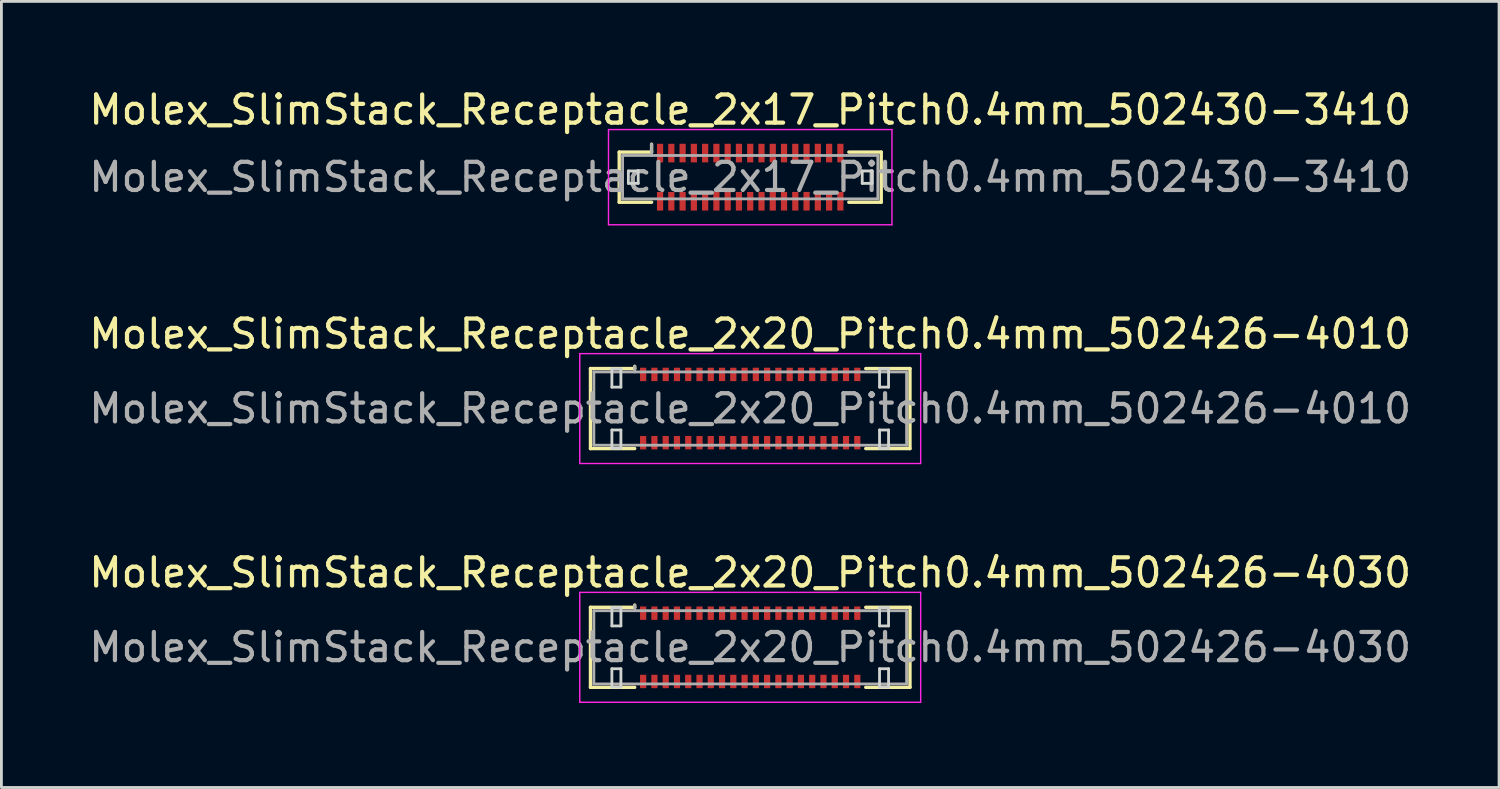
<source format=kicad_pcb>
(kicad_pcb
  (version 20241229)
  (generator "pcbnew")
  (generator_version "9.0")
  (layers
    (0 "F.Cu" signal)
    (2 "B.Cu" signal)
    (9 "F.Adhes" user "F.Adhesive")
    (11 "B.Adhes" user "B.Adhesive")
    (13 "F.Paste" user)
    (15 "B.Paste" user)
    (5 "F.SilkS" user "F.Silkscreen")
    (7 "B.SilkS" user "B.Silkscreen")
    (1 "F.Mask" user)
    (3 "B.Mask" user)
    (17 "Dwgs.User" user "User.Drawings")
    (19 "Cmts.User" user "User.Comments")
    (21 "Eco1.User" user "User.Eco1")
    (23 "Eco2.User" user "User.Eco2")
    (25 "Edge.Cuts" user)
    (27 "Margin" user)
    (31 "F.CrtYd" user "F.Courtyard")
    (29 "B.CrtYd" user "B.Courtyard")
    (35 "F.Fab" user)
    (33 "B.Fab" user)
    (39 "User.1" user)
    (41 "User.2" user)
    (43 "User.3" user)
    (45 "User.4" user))
  (footprint "Molex_SlimStack_Receptacle_2x20_Pitch0.4mm_502426-4030"
    (layer "F.Cu")
    (at 23.577 19.925)
    (property "Reference" "Molex_SlimStack_Receptacle_2x20_Pitch0.4mm_502426-4030" (at 0 -2.65 0) (layer "F.SilkS") (effects (font (size 1 1) (thickness 0.15))))
    (attr smd)
    (fp_line (start -5.67 -1.42) (end -4.1 -1.42) (stroke (width 0.12) (type solid)) (layer "F.SilkS"))
    (fp_line (start -5.67 1.42) (end -5.67 -1.42) (stroke (width 0.12) (type solid)) (layer "F.SilkS"))
    (fp_line (start -4.1 -1.42) (end -4.1 -1.5) (stroke (width 0.12) (type solid)) (layer "F.SilkS"))
    (fp_line (start -4.1 1.42) (end -5.67 1.42) (stroke (width 0.12) (type solid)) (layer "F.SilkS"))
    (fp_line (start 4.1 1.42) (end 5.67 1.42) (stroke (width 0.12) (type solid)) (layer "F.SilkS"))
    (fp_line (start 5.67 -1.42) (end 4.1 -1.42) (stroke (width 0.12) (type solid)) (layer "F.SilkS"))
    (fp_line (start 5.67 1.42) (end 5.67 -1.42) (stroke (width 0.12) (type solid)) (layer "F.SilkS"))
    (fp_line (start -4.91 -1.41) (end -4.91 -0.76) (stroke (width 0.1) (type solid)) (layer "Edge.Cuts"))
    (fp_line (start -4.91 -0.76) (end -4.59 -0.76) (stroke (width 0.1) (type solid)) (layer "Edge.Cuts"))
    (fp_line (start -4.91 0.76) (end -4.91 1.41) (stroke (width 0.1) (type solid)) (layer "Edge.Cuts"))
    (fp_line (start -4.91 1.41) (end -4.59 1.41) (stroke (width 0.1) (type solid)) (layer "Edge.Cuts"))
    (fp_line (start -4.59 -1.41) (end -4.91 -1.41) (stroke (width 0.1) (type solid)) (layer "Edge.Cuts"))
    (fp_line (start -4.59 -0.76) (end -4.59 -1.41) (stroke (width 0.1) (type solid)) (layer "Edge.Cuts"))
    (fp_line (start -4.59 0.76) (end -4.91 0.76) (stroke (width 0.1) (type solid)) (layer "Edge.Cuts"))
    (fp_line (start -4.59 1.41) (end -4.59 0.76) (stroke (width 0.1) (type solid)) (layer "Edge.Cuts"))
    (fp_line (start 4.59 -1.41) (end 4.59 -0.76) (stroke (width 0.1) (type solid)) (layer "Edge.Cuts"))
    (fp_line (start 4.59 -0.76) (end 4.91 -0.76) (stroke (width 0.1) (type solid)) (layer "Edge.Cuts"))
    (fp_line (start 4.59 0.76) (end 4.59 1.41) (stroke (width 0.1) (type solid)) (layer "Edge.Cuts"))
    (fp_line (start 4.59 1.41) (end 4.91 1.41) (stroke (width 0.1) (type solid)) (layer "Edge.Cuts"))
    (fp_line (start 4.91 -1.41) (end 4.59 -1.41) (stroke (width 0.1) (type solid)) (layer "Edge.Cuts"))
    (fp_line (start 4.91 -0.76) (end 4.91 -1.41) (stroke (width 0.1) (type solid)) (layer "Edge.Cuts"))
    (fp_line (start 4.91 0.76) (end 4.59 0.76) (stroke (width 0.1) (type solid)) (layer "Edge.Cuts"))
    (fp_line (start 4.91 1.41) (end 4.91 0.76) (stroke (width 0.1) (type solid)) (layer "Edge.Cuts"))
    (fp_line (start -6.05 -1.95) (end -6.05 1.95) (stroke (width 0.05) (type solid)) (layer "F.CrtYd"))
    (fp_line (start -6.05 1.95) (end 6.05 1.95) (stroke (width 0.05) (type solid)) (layer "F.CrtYd"))
    (fp_line (start 6.05 -1.95) (end -6.05 -1.95) (stroke (width 0.05) (type solid)) (layer "F.CrtYd"))
    (fp_line (start 6.05 1.95) (end 6.05 -1.95) (stroke (width 0.05) (type solid)) (layer "F.CrtYd"))
    (fp_line (start -5.55 -1.3) (end -5.55 1.3) (stroke (width 0.1) (type solid)) (layer "F.Fab"))
    (fp_line (start -5.55 1.3) (end 5.55 1.3) (stroke (width 0.1) (type solid)) (layer "F.Fab"))
    (fp_line (start -4.1 -1.3) (end -4.1 -1.5) (stroke (width 0.1) (type solid)) (layer "F.Fab"))
    (fp_line (start 5.55 -1.3) (end -5.55 -1.3) (stroke (width 0.1) (type solid)) (layer "F.Fab"))
    (fp_line (start 5.55 1.3) (end 5.55 -1.3) (stroke (width 0.1) (type solid)) (layer "F.Fab"))
    (fp_text user "${REFERENCE}" (at 0 0 0) (layer "F.Fab") (effects (font (size 1 1) (thickness 0.15))))
    (pad "1" smd rect (at -3.8 -1.212) (size 0.22 0.475) (layers "F.Cu" "F.Mask" "F.Paste"))
    (pad "2" smd rect (at -3.8 1.212) (size 0.22 0.475) (layers "F.Cu" "F.Mask" "F.Paste"))
    (pad "3" smd rect (at -3.4 -1.212) (size 0.22 0.475) (layers "F.Cu" "F.Mask" "F.Paste"))
    (pad "4" smd rect (at -3.4 1.212) (size 0.22 0.475) (layers "F.Cu" "F.Mask" "F.Paste"))
    (pad "5" smd rect (at -3 -1.212) (size 0.22 0.475) (layers "F.Cu" "F.Mask" "F.Paste"))
    (pad "6" smd rect (at -3 1.212) (size 0.22 0.475) (layers "F.Cu" "F.Mask" "F.Paste"))
    (pad "7" smd rect (at -2.6 -1.212) (size 0.22 0.475) (layers "F.Cu" "F.Mask" "F.Paste"))
    (pad "8" smd rect (at -2.6 1.212) (size 0.22 0.475) (layers "F.Cu" "F.Mask" "F.Paste"))
    (pad "9" smd rect (at -2.2 -1.212) (size 0.22 0.475) (layers "F.Cu" "F.Mask" "F.Paste"))
    (pad "10" smd rect (at -2.2 1.212) (size 0.22 0.475) (layers "F.Cu" "F.Mask" "F.Paste"))
    (pad "11" smd rect (at -1.8 -1.212) (size 0.22 0.475) (layers "F.Cu" "F.Mask" "F.Paste"))
    (pad "12" smd rect (at -1.8 1.212) (size 0.22 0.475) (layers "F.Cu" "F.Mask" "F.Paste"))
    (pad "13" smd rect (at -1.4 -1.212) (size 0.22 0.475) (layers "F.Cu" "F.Mask" "F.Paste"))
    (pad "14" smd rect (at -1.4 1.212) (size 0.22 0.475) (layers "F.Cu" "F.Mask" "F.Paste"))
    (pad "15" smd rect (at -1 -1.212) (size 0.22 0.475) (layers "F.Cu" "F.Mask" "F.Paste"))
    (pad "16" smd rect (at -1 1.212) (size 0.22 0.475) (layers "F.Cu" "F.Mask" "F.Paste"))
    (pad "17" smd rect (at -0.6 -1.212) (size 0.22 0.475) (layers "F.Cu" "F.Mask" "F.Paste"))
    (pad "18" smd rect (at -0.6 1.212) (size 0.22 0.475) (layers "F.Cu" "F.Mask" "F.Paste"))
    (pad "19" smd rect (at -0.2 -1.212) (size 0.22 0.475) (layers "F.Cu" "F.Mask" "F.Paste"))
    (pad "20" smd rect (at -0.2 1.212) (size 0.22 0.475) (layers "F.Cu" "F.Mask" "F.Paste"))
    (pad "21" smd rect (at 0.2 -1.212) (size 0.22 0.475) (layers "F.Cu" "F.Mask" "F.Paste"))
    (pad "22" smd rect (at 0.2 1.212) (size 0.22 0.475) (layers "F.Cu" "F.Mask" "F.Paste"))
    (pad "23" smd rect (at 0.6 -1.212) (size 0.22 0.475) (layers "F.Cu" "F.Mask" "F.Paste"))
    (pad "24" smd rect (at 0.6 1.212) (size 0.22 0.475) (layers "F.Cu" "F.Mask" "F.Paste"))
    (pad "25" smd rect (at 1 -1.212) (size 0.22 0.475) (layers "F.Cu" "F.Mask" "F.Paste"))
    (pad "26" smd rect (at 1 1.212) (size 0.22 0.475) (layers "F.Cu" "F.Mask" "F.Paste"))
    (pad "27" smd rect (at 1.4 -1.212) (size 0.22 0.475) (layers "F.Cu" "F.Mask" "F.Paste"))
    (pad "28" smd rect (at 1.4 1.212) (size 0.22 0.475) (layers "F.Cu" "F.Mask" "F.Paste"))
    (pad "29" smd rect (at 1.8 -1.212) (size 0.22 0.475) (layers "F.Cu" "F.Mask" "F.Paste"))
    (pad "30" smd rect (at 1.8 1.212) (size 0.22 0.475) (layers "F.Cu" "F.Mask" "F.Paste"))
    (pad "31" smd rect (at 2.2 -1.212) (size 0.22 0.475) (layers "F.Cu" "F.Mask" "F.Paste"))
    (pad "32" smd rect (at 2.2 1.212) (size 0.22 0.475) (layers "F.Cu" "F.Mask" "F.Paste"))
    (pad "33" smd rect (at 2.6 -1.212) (size 0.22 0.475) (layers "F.Cu" "F.Mask" "F.Paste"))
    (pad "34" smd rect (at 2.6 1.212) (size 0.22 0.475) (layers "F.Cu" "F.Mask" "F.Paste"))
    (pad "35" smd rect (at 3 -1.212) (size 0.22 0.475) (layers "F.Cu" "F.Mask" "F.Paste"))
    (pad "36" smd rect (at 3 1.212) (size 0.22 0.475) (layers "F.Cu" "F.Mask" "F.Paste"))
    (pad "37" smd rect (at 3.4 -1.212) (size 0.22 0.475) (layers "F.Cu" "F.Mask" "F.Paste"))
    (pad "38" smd rect (at 3.4 1.212) (size 0.22 0.475) (layers "F.Cu" "F.Mask" "F.Paste"))
    (pad "39" smd rect (at 3.8 -1.212) (size 0.22 0.475) (layers "F.Cu" "F.Mask" "F.Paste"))
    (pad "40" smd rect (at 3.8 1.212) (size 0.22 0.475) (layers "F.Cu" "F.Mask" "F.Paste")))
  (footprint "Molex_SlimStack_Receptacle_2x17_Pitch0.4mm_502430-3410"
    (layer "F.Cu")
    (at 23.577 3.238)
    (property "Reference" "Molex_SlimStack_Receptacle_2x17_Pitch0.4mm_502430-3410" (at 0 -2.39 0) (layer "F.SilkS") (effects (font (size 1 1) (thickness 0.15))))
    (attr smd)
    (fp_line (start -4.65 -0.89) (end -3.5 -0.89) (stroke (width 0.12) (type solid)) (layer "F.SilkS"))
    (fp_line (start -4.65 0.89) (end -4.65 -0.89) (stroke (width 0.12) (type solid)) (layer "F.SilkS"))
    (fp_line (start -3.5 -0.89) (end -3.5 -1.17) (stroke (width 0.12) (type solid)) (layer "F.SilkS"))
    (fp_line (start -3.5 0.89) (end -4.65 0.89) (stroke (width 0.12) (type solid)) (layer "F.SilkS"))
    (fp_line (start 3.5 0.89) (end 4.65 0.89) (stroke (width 0.12) (type solid)) (layer "F.SilkS"))
    (fp_line (start 4.65 -0.89) (end 3.5 -0.89) (stroke (width 0.12) (type solid)) (layer "F.SilkS"))
    (fp_line (start 4.65 0.89) (end 4.65 -0.89) (stroke (width 0.12) (type solid)) (layer "F.SilkS"))
    (fp_line (start -4.325 -0.22) (end -4.325 0.22) (stroke (width 0.1) (type solid)) (layer "Edge.Cuts"))
    (fp_line (start -4.325 0.22) (end -3.975 0.22) (stroke (width 0.1) (type solid)) (layer "Edge.Cuts"))
    (fp_line (start -3.975 -0.22) (end -4.325 -0.22) (stroke (width 0.1) (type solid)) (layer "Edge.Cuts"))
    (fp_line (start -3.975 0.22) (end -3.975 -0.22) (stroke (width 0.1) (type solid)) (layer "Edge.Cuts"))
    (fp_line (start 3.975 -0.22) (end 3.975 0.22) (stroke (width 0.1) (type solid)) (layer "Edge.Cuts"))
    (fp_line (start 3.975 0.22) (end 4.325 0.22) (stroke (width 0.1) (type solid)) (layer "Edge.Cuts"))
    (fp_line (start 4.325 -0.22) (end 3.975 -0.22) (stroke (width 0.1) (type solid)) (layer "Edge.Cuts"))
    (fp_line (start 4.325 0.22) (end 4.325 -0.22) (stroke (width 0.1) (type solid)) (layer "Edge.Cuts"))
    (fp_line (start -5.03 -1.69) (end -5.03 1.69) (stroke (width 0.05) (type solid)) (layer "F.CrtYd"))
    (fp_line (start -5.03 1.69) (end 5.03 1.69) (stroke (width 0.05) (type solid)) (layer "F.CrtYd"))
    (fp_line (start 5.03 -1.69) (end -5.03 -1.69) (stroke (width 0.05) (type solid)) (layer "F.CrtYd"))
    (fp_line (start 5.03 1.69) (end 5.03 -1.69) (stroke (width 0.05) (type solid)) (layer "F.CrtYd"))
    (fp_line (start -4.53 -0.77) (end -4.53 0.77) (stroke (width 0.1) (type solid)) (layer "F.Fab"))
    (fp_line (start -4.53 0.77) (end 4.53 0.77) (stroke (width 0.1) (type solid)) (layer "F.Fab"))
    (fp_line (start -3.5 -0.77) (end -3.5 -1.17) (stroke (width 0.1) (type solid)) (layer "F.Fab"))
    (fp_line (start 4.53 -0.77) (end -4.53 -0.77) (stroke (width 0.1) (type solid)) (layer "F.Fab"))
    (fp_line (start 4.53 0.77) (end 4.53 -0.77) (stroke (width 0.1) (type solid)) (layer "F.Fab"))
    (fp_text user "${REFERENCE}" (at 0 0 0) (layer "F.Fab") (effects (font (size 1 1) (thickness 0.15))))
    (pad "1" smd rect (at -3.2 -0.855) (size 0.22 0.66) (layers "F.Cu" "F.Mask" "F.Paste"))
    (pad "2" smd rect (at -3.2 0.855) (size 0.22 0.66) (layers "F.Cu" "F.Mask" "F.Paste"))
    (pad "3" smd rect (at -2.8 -0.855) (size 0.22 0.66) (layers "F.Cu" "F.Mask" "F.Paste"))
    (pad "4" smd rect (at -2.8 0.855) (size 0.22 0.66) (layers "F.Cu" "F.Mask" "F.Paste"))
    (pad "5" smd rect (at -2.4 -0.855) (size 0.22 0.66) (layers "F.Cu" "F.Mask" "F.Paste"))
    (pad "6" smd rect (at -2.4 0.855) (size 0.22 0.66) (layers "F.Cu" "F.Mask" "F.Paste"))
    (pad "7" smd rect (at -2 -0.855) (size 0.22 0.66) (layers "F.Cu" "F.Mask" "F.Paste"))
    (pad "8" smd rect (at -2 0.855) (size 0.22 0.66) (layers "F.Cu" "F.Mask" "F.Paste"))
    (pad "9" smd rect (at -1.6 -0.855) (size 0.22 0.66) (layers "F.Cu" "F.Mask" "F.Paste"))
    (pad "10" smd rect (at -1.6 0.855) (size 0.22 0.66) (layers "F.Cu" "F.Mask" "F.Paste"))
    (pad "11" smd rect (at -1.2 -0.855) (size 0.22 0.66) (layers "F.Cu" "F.Mask" "F.Paste"))
    (pad "12" smd rect (at -1.2 0.855) (size 0.22 0.66) (layers "F.Cu" "F.Mask" "F.Paste"))
    (pad "13" smd rect (at -0.8 -0.855) (size 0.22 0.66) (layers "F.Cu" "F.Mask" "F.Paste"))
    (pad "14" smd rect (at -0.8 0.855) (size 0.22 0.66) (layers "F.Cu" "F.Mask" "F.Paste"))
    (pad "15" smd rect (at -0.4 -0.855) (size 0.22 0.66) (layers "F.Cu" "F.Mask" "F.Paste"))
    (pad "16" smd rect (at -0.4 0.855) (size 0.22 0.66) (layers "F.Cu" "F.Mask" "F.Paste"))
    (pad "17" smd rect (at 0 -0.855) (size 0.22 0.66) (layers "F.Cu" "F.Mask" "F.Paste"))
    (pad "18" smd rect (at 0 0.855) (size 0.22 0.66) (layers "F.Cu" "F.Mask" "F.Paste"))
    (pad "19" smd rect (at 0.4 -0.855) (size 0.22 0.66) (layers "F.Cu" "F.Mask" "F.Paste"))
    (pad "20" smd rect (at 0.4 0.855) (size 0.22 0.66) (layers "F.Cu" "F.Mask" "F.Paste"))
    (pad "21" smd rect (at 0.8 -0.855) (size 0.22 0.66) (layers "F.Cu" "F.Mask" "F.Paste"))
    (pad "22" smd rect (at 0.8 0.855) (size 0.22 0.66) (layers "F.Cu" "F.Mask" "F.Paste"))
    (pad "23" smd rect (at 1.2 -0.855) (size 0.22 0.66) (layers "F.Cu" "F.Mask" "F.Paste"))
    (pad "24" smd rect (at 1.2 0.855) (size 0.22 0.66) (layers "F.Cu" "F.Mask" "F.Paste"))
    (pad "25" smd rect (at 1.6 -0.855) (size 0.22 0.66) (layers "F.Cu" "F.Mask" "F.Paste"))
    (pad "26" smd rect (at 1.6 0.855) (size 0.22 0.66) (layers "F.Cu" "F.Mask" "F.Paste"))
    (pad "27" smd rect (at 2 -0.855) (size 0.22 0.66) (layers "F.Cu" "F.Mask" "F.Paste"))
    (pad "28" smd rect (at 2 0.855) (size 0.22 0.66) (layers "F.Cu" "F.Mask" "F.Paste"))
    (pad "29" smd rect (at 2.4 -0.855) (size 0.22 0.66) (layers "F.Cu" "F.Mask" "F.Paste"))
    (pad "30" smd rect (at 2.4 0.855) (size 0.22 0.66) (layers "F.Cu" "F.Mask" "F.Paste"))
    (pad "31" smd rect (at 2.8 -0.855) (size 0.22 0.66) (layers "F.Cu" "F.Mask" "F.Paste"))
    (pad "32" smd rect (at 2.8 0.855) (size 0.22 0.66) (layers "F.Cu" "F.Mask" "F.Paste"))
    (pad "33" smd rect (at 3.2 -0.855) (size 0.22 0.66) (layers "F.Cu" "F.Mask" "F.Paste"))
    (pad "34" smd rect (at 3.2 0.855) (size 0.22 0.66) (layers "F.Cu" "F.Mask" "F.Paste")))
  (footprint "Molex_SlimStack_Receptacle_2x20_Pitch0.4mm_502426-4010"
    (layer "F.Cu")
    (at 23.577 11.451)
    (property "Reference" "Molex_SlimStack_Receptacle_2x20_Pitch0.4mm_502426-4010" (at 0 -2.65 0) (layer "F.SilkS") (effects (font (size 1 1) (thickness 0.15))))
    (attr smd)
    (fp_line (start -5.67 -1.42) (end -4.1 -1.42) (stroke (width 0.12) (type solid)) (layer "F.SilkS"))
    (fp_line (start -5.67 1.42) (end -5.67 -1.42) (stroke (width 0.12) (type solid)) (layer "F.SilkS"))
    (fp_line (start -4.1 -1.42) (end -4.1 -1.5) (stroke (width 0.12) (type solid)) (layer "F.SilkS"))
    (fp_line (start -4.1 1.42) (end -5.67 1.42) (stroke (width 0.12) (type solid)) (layer "F.SilkS"))
    (fp_line (start 4.1 1.42) (end 5.67 1.42) (stroke (width 0.12) (type solid)) (layer "F.SilkS"))
    (fp_line (start 5.67 -1.42) (end 4.1 -1.42) (stroke (width 0.12) (type solid)) (layer "F.SilkS"))
    (fp_line (start 5.67 1.42) (end 5.67 -1.42) (stroke (width 0.12) (type solid)) (layer "F.SilkS"))
    (fp_line (start -4.91 -1.41) (end -4.91 -0.76) (stroke (width 0.1) (type solid)) (layer "Edge.Cuts"))
    (fp_line (start -4.91 -0.76) (end -4.59 -0.76) (stroke (width 0.1) (type solid)) (layer "Edge.Cuts"))
    (fp_line (start -4.91 0.76) (end -4.91 1.41) (stroke (width 0.1) (type solid)) (layer "Edge.Cuts"))
    (fp_line (start -4.91 1.41) (end -4.59 1.41) (stroke (width 0.1) (type solid)) (layer "Edge.Cuts"))
    (fp_line (start -4.59 -1.41) (end -4.91 -1.41) (stroke (width 0.1) (type solid)) (layer "Edge.Cuts"))
    (fp_line (start -4.59 -0.76) (end -4.59 -1.41) (stroke (width 0.1) (type solid)) (layer "Edge.Cuts"))
    (fp_line (start -4.59 0.76) (end -4.91 0.76) (stroke (width 0.1) (type solid)) (layer "Edge.Cuts"))
    (fp_line (start -4.59 1.41) (end -4.59 0.76) (stroke (width 0.1) (type solid)) (layer "Edge.Cuts"))
    (fp_line (start 4.59 -1.41) (end 4.59 -0.76) (stroke (width 0.1) (type solid)) (layer "Edge.Cuts"))
    (fp_line (start 4.59 -0.76) (end 4.91 -0.76) (stroke (width 0.1) (type solid)) (layer "Edge.Cuts"))
    (fp_line (start 4.59 0.76) (end 4.59 1.41) (stroke (width 0.1) (type solid)) (layer "Edge.Cuts"))
    (fp_line (start 4.59 1.41) (end 4.91 1.41) (stroke (width 0.1) (type solid)) (layer "Edge.Cuts"))
    (fp_line (start 4.91 -1.41) (end 4.59 -1.41) (stroke (width 0.1) (type solid)) (layer "Edge.Cuts"))
    (fp_line (start 4.91 -0.76) (end 4.91 -1.41) (stroke (width 0.1) (type solid)) (layer "Edge.Cuts"))
    (fp_line (start 4.91 0.76) (end 4.59 0.76) (stroke (width 0.1) (type solid)) (layer "Edge.Cuts"))
    (fp_line (start 4.91 1.41) (end 4.91 0.76) (stroke (width 0.1) (type solid)) (layer "Edge.Cuts"))
    (fp_line (start -6.05 -1.95) (end -6.05 1.95) (stroke (width 0.05) (type solid)) (layer "F.CrtYd"))
    (fp_line (start -6.05 1.95) (end 6.05 1.95) (stroke (width 0.05) (type solid)) (layer "F.CrtYd"))
    (fp_line (start 6.05 -1.95) (end -6.05 -1.95) (stroke (width 0.05) (type solid)) (layer "F.CrtYd"))
    (fp_line (start 6.05 1.95) (end 6.05 -1.95) (stroke (width 0.05) (type solid)) (layer "F.CrtYd"))
    (fp_line (start -5.55 -1.3) (end -5.55 1.3) (stroke (width 0.1) (type solid)) (layer "F.Fab"))
    (fp_line (start -5.55 1.3) (end 5.55 1.3) (stroke (width 0.1) (type solid)) (layer "F.Fab"))
    (fp_line (start -4.1 -1.3) (end -4.1 -1.5) (stroke (width 0.1) (type solid)) (layer "F.Fab"))
    (fp_line (start 5.55 -1.3) (end -5.55 -1.3) (stroke (width 0.1) (type solid)) (layer "F.Fab"))
    (fp_line (start 5.55 1.3) (end 5.55 -1.3) (stroke (width 0.1) (type solid)) (layer "F.Fab"))
    (fp_text user "${REFERENCE}" (at 0 0 0) (layer "F.Fab") (effects (font (size 1 1) (thickness 0.15))))
    (pad "1" smd rect (at -3.8 -1.212) (size 0.22 0.475) (layers "F.Cu" "F.Mask" "F.Paste"))
    (pad "2" smd rect (at -3.8 1.212) (size 0.22 0.475) (layers "F.Cu" "F.Mask" "F.Paste"))
    (pad "3" smd rect (at -3.4 -1.212) (size 0.22 0.475) (layers "F.Cu" "F.Mask" "F.Paste"))
    (pad "4" smd rect (at -3.4 1.212) (size 0.22 0.475) (layers "F.Cu" "F.Mask" "F.Paste"))
    (pad "5" smd rect (at -3 -1.212) (size 0.22 0.475) (layers "F.Cu" "F.Mask" "F.Paste"))
    (pad "6" smd rect (at -3 1.212) (size 0.22 0.475) (layers "F.Cu" "F.Mask" "F.Paste"))
    (pad "7" smd rect (at -2.6 -1.212) (size 0.22 0.475) (layers "F.Cu" "F.Mask" "F.Paste"))
    (pad "8" smd rect (at -2.6 1.212) (size 0.22 0.475) (layers "F.Cu" "F.Mask" "F.Paste"))
    (pad "9" smd rect (at -2.2 -1.212) (size 0.22 0.475) (layers "F.Cu" "F.Mask" "F.Paste"))
    (pad "10" smd rect (at -2.2 1.212) (size 0.22 0.475) (layers "F.Cu" "F.Mask" "F.Paste"))
    (pad "11" smd rect (at -1.8 -1.212) (size 0.22 0.475) (layers "F.Cu" "F.Mask" "F.Paste"))
    (pad "12" smd rect (at -1.8 1.212) (size 0.22 0.475) (layers "F.Cu" "F.Mask" "F.Paste"))
    (pad "13" smd rect (at -1.4 -1.212) (size 0.22 0.475) (layers "F.Cu" "F.Mask" "F.Paste"))
    (pad "14" smd rect (at -1.4 1.212) (size 0.22 0.475) (layers "F.Cu" "F.Mask" "F.Paste"))
    (pad "15" smd rect (at -1 -1.212) (size 0.22 0.475) (layers "F.Cu" "F.Mask" "F.Paste"))
    (pad "16" smd rect (at -1 1.212) (size 0.22 0.475) (layers "F.Cu" "F.Mask" "F.Paste"))
    (pad "17" smd rect (at -0.6 -1.212) (size 0.22 0.475) (layers "F.Cu" "F.Mask" "F.Paste"))
    (pad "18" smd rect (at -0.6 1.212) (size 0.22 0.475) (layers "F.Cu" "F.Mask" "F.Paste"))
    (pad "19" smd rect (at -0.2 -1.212) (size 0.22 0.475) (layers "F.Cu" "F.Mask" "F.Paste"))
    (pad "20" smd rect (at -0.2 1.212) (size 0.22 0.475) (layers "F.Cu" "F.Mask" "F.Paste"))
    (pad "21" smd rect (at 0.2 -1.212) (size 0.22 0.475) (layers "F.Cu" "F.Mask" "F.Paste"))
    (pad "22" smd rect (at 0.2 1.212) (size 0.22 0.475) (layers "F.Cu" "F.Mask" "F.Paste"))
    (pad "23" smd rect (at 0.6 -1.212) (size 0.22 0.475) (layers "F.Cu" "F.Mask" "F.Paste"))
    (pad "24" smd rect (at 0.6 1.212) (size 0.22 0.475) (layers "F.Cu" "F.Mask" "F.Paste"))
    (pad "25" smd rect (at 1 -1.212) (size 0.22 0.475) (layers "F.Cu" "F.Mask" "F.Paste"))
    (pad "26" smd rect (at 1 1.212) (size 0.22 0.475) (layers "F.Cu" "F.Mask" "F.Paste"))
    (pad "27" smd rect (at 1.4 -1.212) (size 0.22 0.475) (layers "F.Cu" "F.Mask" "F.Paste"))
    (pad "28" smd rect (at 1.4 1.212) (size 0.22 0.475) (layers "F.Cu" "F.Mask" "F.Paste"))
    (pad "29" smd rect (at 1.8 -1.212) (size 0.22 0.475) (layers "F.Cu" "F.Mask" "F.Paste"))
    (pad "30" smd rect (at 1.8 1.212) (size 0.22 0.475) (layers "F.Cu" "F.Mask" "F.Paste"))
    (pad "31" smd rect (at 2.2 -1.212) (size 0.22 0.475) (layers "F.Cu" "F.Mask" "F.Paste"))
    (pad "32" smd rect (at 2.2 1.212) (size 0.22 0.475) (layers "F.Cu" "F.Mask" "F.Paste"))
    (pad "33" smd rect (at 2.6 -1.212) (size 0.22 0.475) (layers "F.Cu" "F.Mask" "F.Paste"))
    (pad "34" smd rect (at 2.6 1.212) (size 0.22 0.475) (layers "F.Cu" "F.Mask" "F.Paste"))
    (pad "35" smd rect (at 3 -1.212) (size 0.22 0.475) (layers "F.Cu" "F.Mask" "F.Paste"))
    (pad "36" smd rect (at 3 1.212) (size 0.22 0.475) (layers "F.Cu" "F.Mask" "F.Paste"))
    (pad "37" smd rect (at 3.4 -1.212) (size 0.22 0.475) (layers "F.Cu" "F.Mask" "F.Paste"))
    (pad "38" smd rect (at 3.4 1.212) (size 0.22 0.475) (layers "F.Cu" "F.Mask" "F.Paste"))
    (pad "39" smd rect (at 3.8 -1.212) (size 0.22 0.475) (layers "F.Cu" "F.Mask" "F.Paste"))
    (pad "40" smd rect (at 3.8 1.212) (size 0.22 0.475) (layers "F.Cu" "F.Mask" "F.Paste")))
  (gr_rect
    (start -3 -3)
    (end 50.155 24.9)
    (stroke (width 0.1) (type default))
    (fill no)
    (layer "Edge.Cuts")))
</source>
